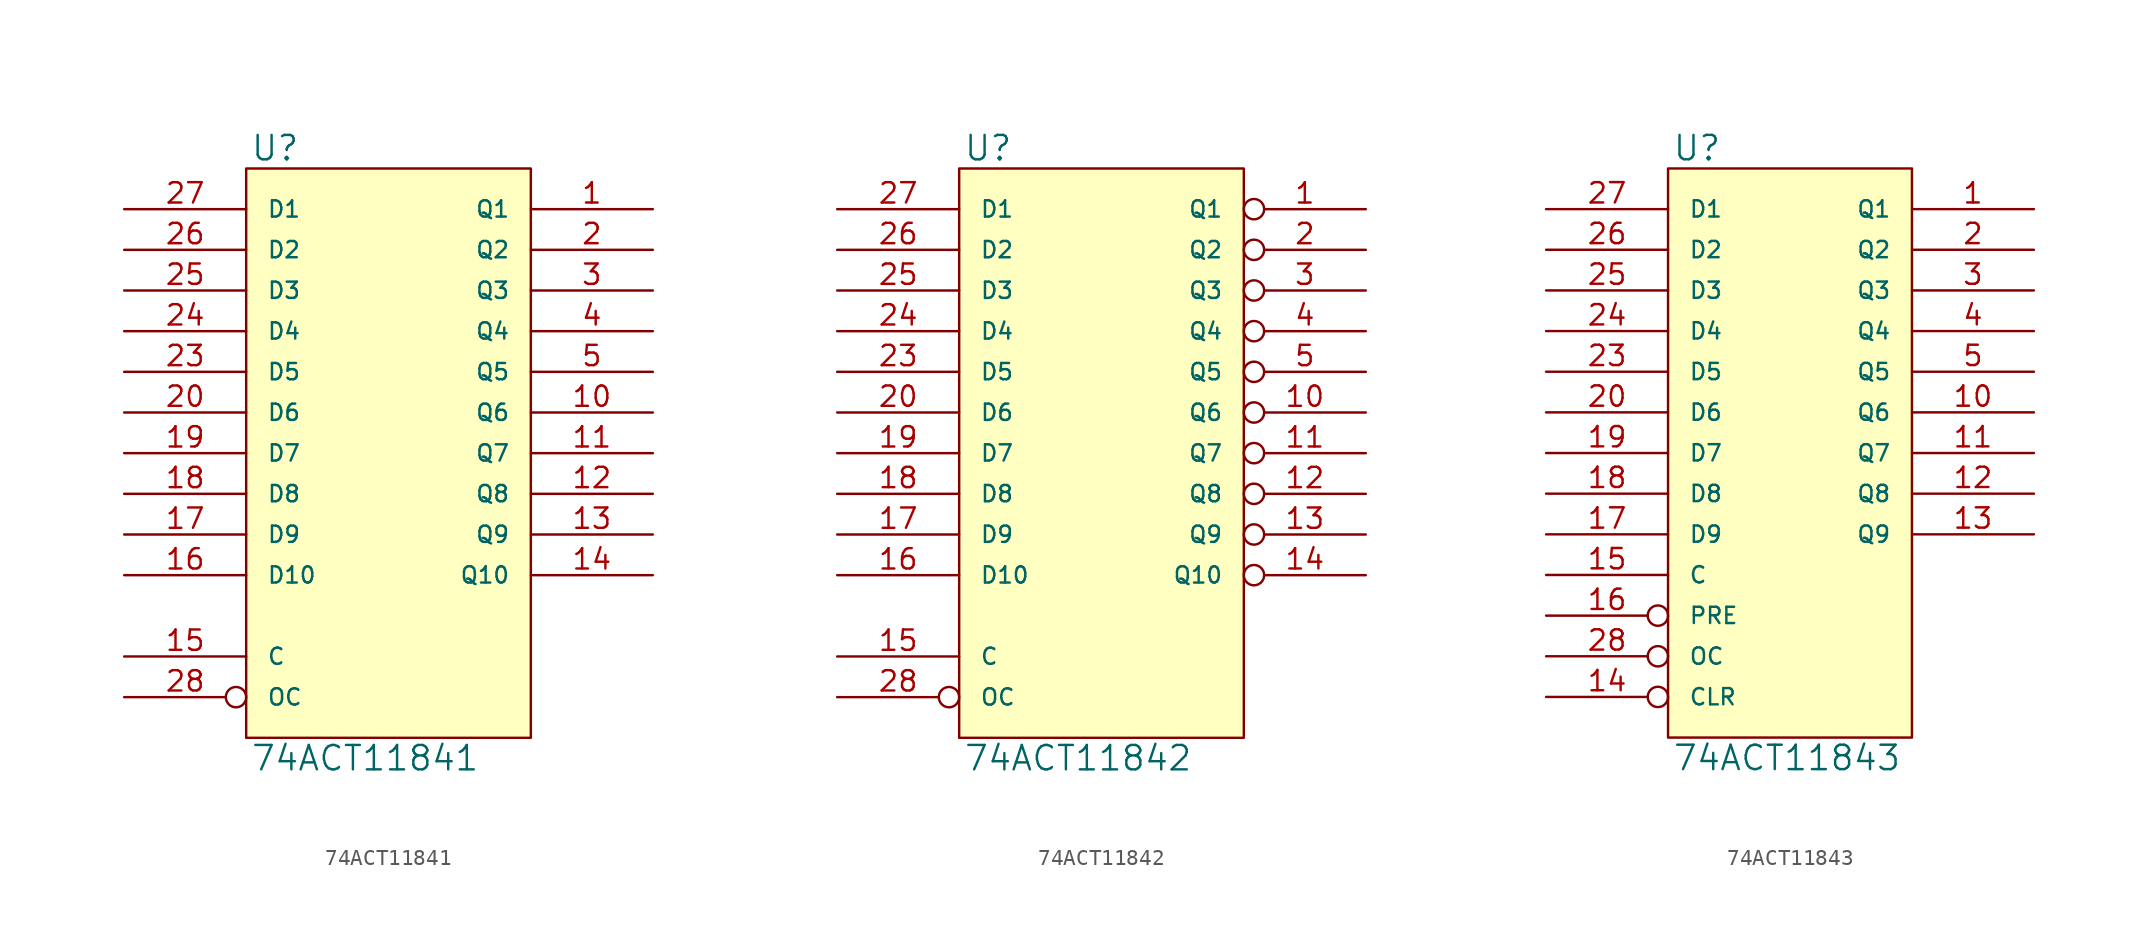
<source format=kicad_sym>
(kicad_symbol_lib
  (version 20231120)
  (generator "kicad_symbol_editor")
  (generator_version "8.0")
  (symbol "74ACT11841"
    (pin_names
      (offset 1.27))
    (property "Reference" "U"
      (at 0.254 0.381 0)
      (effects (font (size 1.524 1.524)) (justify left bottom)))
    (property "Value" "74ACT11841"
      (at 0.254 -35.941 0)
      (effects (font (size 1.524 1.524)) (justify left top)))
    (symbol "74ACT11841_0_1"
      (rectangle (start 0 0) (end 17.78 -35.56) (stroke (width 0) (type solid)) (fill (type background))))
    (symbol "74ACT11841_1_1"
      (pin tri_state line (at 25.4 -2.54 180) (length 7.62) (name "Q1" (effects (font (size 1.016 1.016)))) (number "1" (effects (font (size 1.27 1.27)))))
      (pin tri_state line (at 25.4 -15.24 180) (length 7.62) (name "Q6" (effects (font (size 1.016 1.016)))) (number "10" (effects (font (size 1.27 1.27)))))
      (pin tri_state line (at 25.4 -17.78 180) (length 7.62) (name "Q7" (effects (font (size 1.016 1.016)))) (number "11" (effects (font (size 1.27 1.27)))))
      (pin tri_state line (at 25.4 -20.32 180) (length 7.62) (name "Q8" (effects (font (size 1.016 1.016)))) (number "12" (effects (font (size 1.27 1.27)))))
      (pin tri_state line (at 25.4 -22.86 180) (length 7.62) (name "Q9" (effects (font (size 1.016 1.016)))) (number "13" (effects (font (size 1.27 1.27)))))
      (pin tri_state line (at 25.4 -25.4 180) (length 7.62) (name "Q10" (effects (font (size 1.016 1.016)))) (number "14" (effects (font (size 1.27 1.27)))))
      (pin input line (at -7.62 -30.48 0) (length 7.62) (name "C" (effects (font (size 1.016 1.016)))) (number "15" (effects (font (size 1.27 1.27)))))
      (pin input line (at -7.62 -25.4 0) (length 7.62) (name "D10" (effects (font (size 1.016 1.016)))) (number "16" (effects (font (size 1.27 1.27)))))
      (pin input line (at -7.62 -22.86 0) (length 7.62) (name "D9" (effects (font (size 1.016 1.016)))) (number "17" (effects (font (size 1.27 1.27)))))
      (pin input line (at -7.62 -20.32 0) (length 7.62) (name "D8" (effects (font (size 1.016 1.016)))) (number "18" (effects (font (size 1.27 1.27)))))
      (pin input line (at -7.62 -17.78 0) (length 7.62) (name "D7" (effects (font (size 1.016 1.016)))) (number "19" (effects (font (size 1.27 1.27)))))
      (pin tri_state line (at 25.4 -5.08 180) (length 7.62) (name "Q2" (effects (font (size 1.016 1.016)))) (number "2" (effects (font (size 1.27 1.27)))))
      (pin input line (at -7.62 -15.24 0) (length 7.62) (name "D6" (effects (font (size 1.016 1.016)))) (number "20" (effects (font (size 1.27 1.27)))))
      (pin power_in line (at 2.54 0 270) (length 0) hide (name "VCC" (effects (font (size 1.016 1.016)))) (number "21" (effects (font (size 1.27 1.27)))))
      (pin power_in line (at 0 0 270) (length 0) hide (name "VCC" (effects (font (size 1.016 1.016)))) (number "22" (effects (font (size 1.27 1.27)))))
      (pin input line (at -7.62 -12.7 0) (length 7.62) (name "D5" (effects (font (size 1.016 1.016)))) (number "23" (effects (font (size 1.27 1.27)))))
      (pin input line (at -7.62 -10.16 0) (length 7.62) (name "D4" (effects (font (size 1.016 1.016)))) (number "24" (effects (font (size 1.27 1.27)))))
      (pin input line (at -7.62 -7.62 0) (length 7.62) (name "D3" (effects (font (size 1.016 1.016)))) (number "25" (effects (font (size 1.27 1.27)))))
      (pin input line (at -7.62 -5.08 0) (length 7.62) (name "D2" (effects (font (size 1.016 1.016)))) (number "26" (effects (font (size 1.27 1.27)))))
      (pin input line (at -7.62 -2.54 0) (length 7.62) (name "D1" (effects (font (size 1.016 1.016)))) (number "27" (effects (font (size 1.27 1.27)))))
      (pin input inverted (at -7.62 -33.02 0) (length 7.62) (name "OC" (effects (font (size 1.016 1.016)))) (number "28" (effects (font (size 1.27 1.27)))))
      (pin tri_state line (at 25.4 -7.62 180) (length 7.62) (name "Q3" (effects (font (size 1.016 1.016)))) (number "3" (effects (font (size 1.27 1.27)))))
      (pin tri_state line (at 25.4 -10.16 180) (length 7.62) (name "Q4" (effects (font (size 1.016 1.016)))) (number "4" (effects (font (size 1.27 1.27)))))
      (pin tri_state line (at 25.4 -12.7 180) (length 7.62) (name "Q5" (effects (font (size 1.016 1.016)))) (number "5" (effects (font (size 1.27 1.27)))))
      (pin power_in line (at 0 -35.56 90) (length 0) hide (name "GND" (effects (font (size 1.016 1.016)))) (number "6" (effects (font (size 1.27 1.27)))))
      (pin power_in line (at 2.54 -35.56 90) (length 0) hide (name "GND" (effects (font (size 1.016 1.016)))) (number "7" (effects (font (size 1.27 1.27)))))
      (pin power_in line (at 5.08 -35.56 90) (length 0) hide (name "GND" (effects (font (size 1.016 1.016)))) (number "8" (effects (font (size 1.27 1.27)))))
      (pin power_in line (at 7.62 -35.56 90) (length 0) hide (name "GND" (effects (font (size 1.016 1.016)))) (number "9" (effects (font (size 1.27 1.27)))))))
  (symbol "74ACT11842"
    (pin_names
      (offset 1.27))
    (property "Reference" "U"
      (at 0.254 0.381 0)
      (effects (font (size 1.524 1.524)) (justify left bottom)))
    (property "Value" "74ACT11842"
      (at 0.254 -35.941 0)
      (effects (font (size 1.524 1.524)) (justify left top)))
    (symbol "74ACT11842_0_1"
      (rectangle (start 0 0) (end 17.78 -35.56) (stroke (width 0) (type solid)) (fill (type background))))
    (symbol "74ACT11842_1_1"
      (pin tri_state inverted (at 25.4 -2.54 180) (length 7.62) (name "Q1" (effects (font (size 1.016 1.016)))) (number "1" (effects (font (size 1.27 1.27)))))
      (pin tri_state inverted (at 25.4 -15.24 180) (length 7.62) (name "Q6" (effects (font (size 1.016 1.016)))) (number "10" (effects (font (size 1.27 1.27)))))
      (pin tri_state inverted (at 25.4 -17.78 180) (length 7.62) (name "Q7" (effects (font (size 1.016 1.016)))) (number "11" (effects (font (size 1.27 1.27)))))
      (pin tri_state inverted (at 25.4 -20.32 180) (length 7.62) (name "Q8" (effects (font (size 1.016 1.016)))) (number "12" (effects (font (size 1.27 1.27)))))
      (pin tri_state inverted (at 25.4 -22.86 180) (length 7.62) (name "Q9" (effects (font (size 1.016 1.016)))) (number "13" (effects (font (size 1.27 1.27)))))
      (pin tri_state inverted (at 25.4 -25.4 180) (length 7.62) (name "Q10" (effects (font (size 1.016 1.016)))) (number "14" (effects (font (size 1.27 1.27)))))
      (pin input line (at -7.62 -30.48 0) (length 7.62) (name "C" (effects (font (size 1.016 1.016)))) (number "15" (effects (font (size 1.27 1.27)))))
      (pin input line (at -7.62 -25.4 0) (length 7.62) (name "D10" (effects (font (size 1.016 1.016)))) (number "16" (effects (font (size 1.27 1.27)))))
      (pin input line (at -7.62 -22.86 0) (length 7.62) (name "D9" (effects (font (size 1.016 1.016)))) (number "17" (effects (font (size 1.27 1.27)))))
      (pin input line (at -7.62 -20.32 0) (length 7.62) (name "D8" (effects (font (size 1.016 1.016)))) (number "18" (effects (font (size 1.27 1.27)))))
      (pin input line (at -7.62 -17.78 0) (length 7.62) (name "D7" (effects (font (size 1.016 1.016)))) (number "19" (effects (font (size 1.27 1.27)))))
      (pin tri_state inverted (at 25.4 -5.08 180) (length 7.62) (name "Q2" (effects (font (size 1.016 1.016)))) (number "2" (effects (font (size 1.27 1.27)))))
      (pin input line (at -7.62 -15.24 0) (length 7.62) (name "D6" (effects (font (size 1.016 1.016)))) (number "20" (effects (font (size 1.27 1.27)))))
      (pin power_in line (at 2.54 0 270) (length 0) hide (name "VCC" (effects (font (size 1.016 1.016)))) (number "21" (effects (font (size 1.27 1.27)))))
      (pin power_in line (at 0 0 270) (length 0) hide (name "VCC" (effects (font (size 1.016 1.016)))) (number "22" (effects (font (size 1.27 1.27)))))
      (pin input line (at -7.62 -12.7 0) (length 7.62) (name "D5" (effects (font (size 1.016 1.016)))) (number "23" (effects (font (size 1.27 1.27)))))
      (pin input line (at -7.62 -10.16 0) (length 7.62) (name "D4" (effects (font (size 1.016 1.016)))) (number "24" (effects (font (size 1.27 1.27)))))
      (pin input line (at -7.62 -7.62 0) (length 7.62) (name "D3" (effects (font (size 1.016 1.016)))) (number "25" (effects (font (size 1.27 1.27)))))
      (pin input line (at -7.62 -5.08 0) (length 7.62) (name "D2" (effects (font (size 1.016 1.016)))) (number "26" (effects (font (size 1.27 1.27)))))
      (pin input line (at -7.62 -2.54 0) (length 7.62) (name "D1" (effects (font (size 1.016 1.016)))) (number "27" (effects (font (size 1.27 1.27)))))
      (pin input inverted (at -7.62 -33.02 0) (length 7.62) (name "OC" (effects (font (size 1.016 1.016)))) (number "28" (effects (font (size 1.27 1.27)))))
      (pin tri_state inverted (at 25.4 -7.62 180) (length 7.62) (name "Q3" (effects (font (size 1.016 1.016)))) (number "3" (effects (font (size 1.27 1.27)))))
      (pin tri_state inverted (at 25.4 -10.16 180) (length 7.62) (name "Q4" (effects (font (size 1.016 1.016)))) (number "4" (effects (font (size 1.27 1.27)))))
      (pin tri_state inverted (at 25.4 -12.7 180) (length 7.62) (name "Q5" (effects (font (size 1.016 1.016)))) (number "5" (effects (font (size 1.27 1.27)))))
      (pin power_in line (at 0 -35.56 90) (length 0) hide (name "GND" (effects (font (size 1.016 1.016)))) (number "6" (effects (font (size 1.27 1.27)))))
      (pin power_in line (at 2.54 -35.56 90) (length 0) hide (name "GND" (effects (font (size 1.016 1.016)))) (number "7" (effects (font (size 1.27 1.27)))))
      (pin power_in line (at 5.08 -35.56 90) (length 0) hide (name "GND" (effects (font (size 1.016 1.016)))) (number "8" (effects (font (size 1.27 1.27)))))
      (pin power_in line (at 7.62 -35.56 90) (length 0) hide (name "GND" (effects (font (size 1.016 1.016)))) (number "9" (effects (font (size 1.27 1.27)))))))
  (symbol "74ACT11843"
    (pin_names
      (offset 1.27))
    (property "Reference" "U"
      (at 0.254 0.381 0)
      (effects (font (size 1.524 1.524)) (justify left bottom)))
    (property "Value" "74ACT11843"
      (at 0.254 -35.941 0)
      (effects (font (size 1.524 1.524)) (justify left top)))
    (symbol "74ACT11843_0_1"
      (rectangle (start 0 0) (end 15.24 -35.56) (stroke (width 0) (type solid)) (fill (type background))))
    (symbol "74ACT11843_1_1"
      (pin tri_state line (at 22.86 -2.54 180) (length 7.62) (name "Q1" (effects (font (size 1.016 1.016)))) (number "1" (effects (font (size 1.27 1.27)))))
      (pin tri_state line (at 22.86 -15.24 180) (length 7.62) (name "Q6" (effects (font (size 1.016 1.016)))) (number "10" (effects (font (size 1.27 1.27)))))
      (pin tri_state line (at 22.86 -17.78 180) (length 7.62) (name "Q7" (effects (font (size 1.016 1.016)))) (number "11" (effects (font (size 1.27 1.27)))))
      (pin tri_state line (at 22.86 -20.32 180) (length 7.62) (name "Q8" (effects (font (size 1.016 1.016)))) (number "12" (effects (font (size 1.27 1.27)))))
      (pin tri_state line (at 22.86 -22.86 180) (length 7.62) (name "Q9" (effects (font (size 1.016 1.016)))) (number "13" (effects (font (size 1.27 1.27)))))
      (pin input inverted (at -7.62 -33.02 0) (length 7.62) (name "CLR" (effects (font (size 1.016 1.016)))) (number "14" (effects (font (size 1.27 1.27)))))
      (pin input line (at -7.62 -25.4 0) (length 7.62) (name "C" (effects (font (size 1.016 1.016)))) (number "15" (effects (font (size 1.27 1.27)))))
      (pin input inverted (at -7.62 -27.94 0) (length 7.62) (name "PRE" (effects (font (size 1.016 1.016)))) (number "16" (effects (font (size 1.27 1.27)))))
      (pin input line (at -7.62 -22.86 0) (length 7.62) (name "D9" (effects (font (size 1.016 1.016)))) (number "17" (effects (font (size 1.27 1.27)))))
      (pin input line (at -7.62 -20.32 0) (length 7.62) (name "D8" (effects (font (size 1.016 1.016)))) (number "18" (effects (font (size 1.27 1.27)))))
      (pin input line (at -7.62 -17.78 0) (length 7.62) (name "D7" (effects (font (size 1.016 1.016)))) (number "19" (effects (font (size 1.27 1.27)))))
      (pin tri_state line (at 22.86 -5.08 180) (length 7.62) (name "Q2" (effects (font (size 1.016 1.016)))) (number "2" (effects (font (size 1.27 1.27)))))
      (pin input line (at -7.62 -15.24 0) (length 7.62) (name "D6" (effects (font (size 1.016 1.016)))) (number "20" (effects (font (size 1.27 1.27)))))
      (pin power_in line (at 2.54 0 270) (length 0) hide (name "VCC" (effects (font (size 1.016 1.016)))) (number "21" (effects (font (size 1.27 1.27)))))
      (pin power_in line (at 0 0 270) (length 0) hide (name "VCC" (effects (font (size 1.016 1.016)))) (number "22" (effects (font (size 1.27 1.27)))))
      (pin input line (at -7.62 -12.7 0) (length 7.62) (name "D5" (effects (font (size 1.016 1.016)))) (number "23" (effects (font (size 1.27 1.27)))))
      (pin input line (at -7.62 -10.16 0) (length 7.62) (name "D4" (effects (font (size 1.016 1.016)))) (number "24" (effects (font (size 1.27 1.27)))))
      (pin input line (at -7.62 -7.62 0) (length 7.62) (name "D3" (effects (font (size 1.016 1.016)))) (number "25" (effects (font (size 1.27 1.27)))))
      (pin input line (at -7.62 -5.08 0) (length 7.62) (name "D2" (effects (font (size 1.016 1.016)))) (number "26" (effects (font (size 1.27 1.27)))))
      (pin input line (at -7.62 -2.54 0) (length 7.62) (name "D1" (effects (font (size 1.016 1.016)))) (number "27" (effects (font (size 1.27 1.27)))))
      (pin input inverted (at -7.62 -30.48 0) (length 7.62) (name "OC" (effects (font (size 1.016 1.016)))) (number "28" (effects (font (size 1.27 1.27)))))
      (pin tri_state line (at 22.86 -7.62 180) (length 7.62) (name "Q3" (effects (font (size 1.016 1.016)))) (number "3" (effects (font (size 1.27 1.27)))))
      (pin tri_state line (at 22.86 -10.16 180) (length 7.62) (name "Q4" (effects (font (size 1.016 1.016)))) (number "4" (effects (font (size 1.27 1.27)))))
      (pin tri_state line (at 22.86 -12.7 180) (length 7.62) (name "Q5" (effects (font (size 1.016 1.016)))) (number "5" (effects (font (size 1.27 1.27)))))
      (pin power_in line (at 0 -35.56 90) (length 0) hide (name "GND" (effects (font (size 1.016 1.016)))) (number "6" (effects (font (size 1.27 1.27)))))
      (pin power_in line (at 2.54 -35.56 90) (length 0) hide (name "GND" (effects (font (size 1.016 1.016)))) (number "7" (effects (font (size 1.27 1.27)))))
      (pin power_in line (at 5.08 -35.56 90) (length 0) hide (name "GND" (effects (font (size 1.016 1.016)))) (number "8" (effects (font (size 1.27 1.27)))))
      (pin power_in line (at 7.62 -35.56 90) (length 0) hide (name "GND" (effects (font (size 1.016 1.016)))) (number "9" (effects (font (size 1.27 1.27))))))))
</source>
